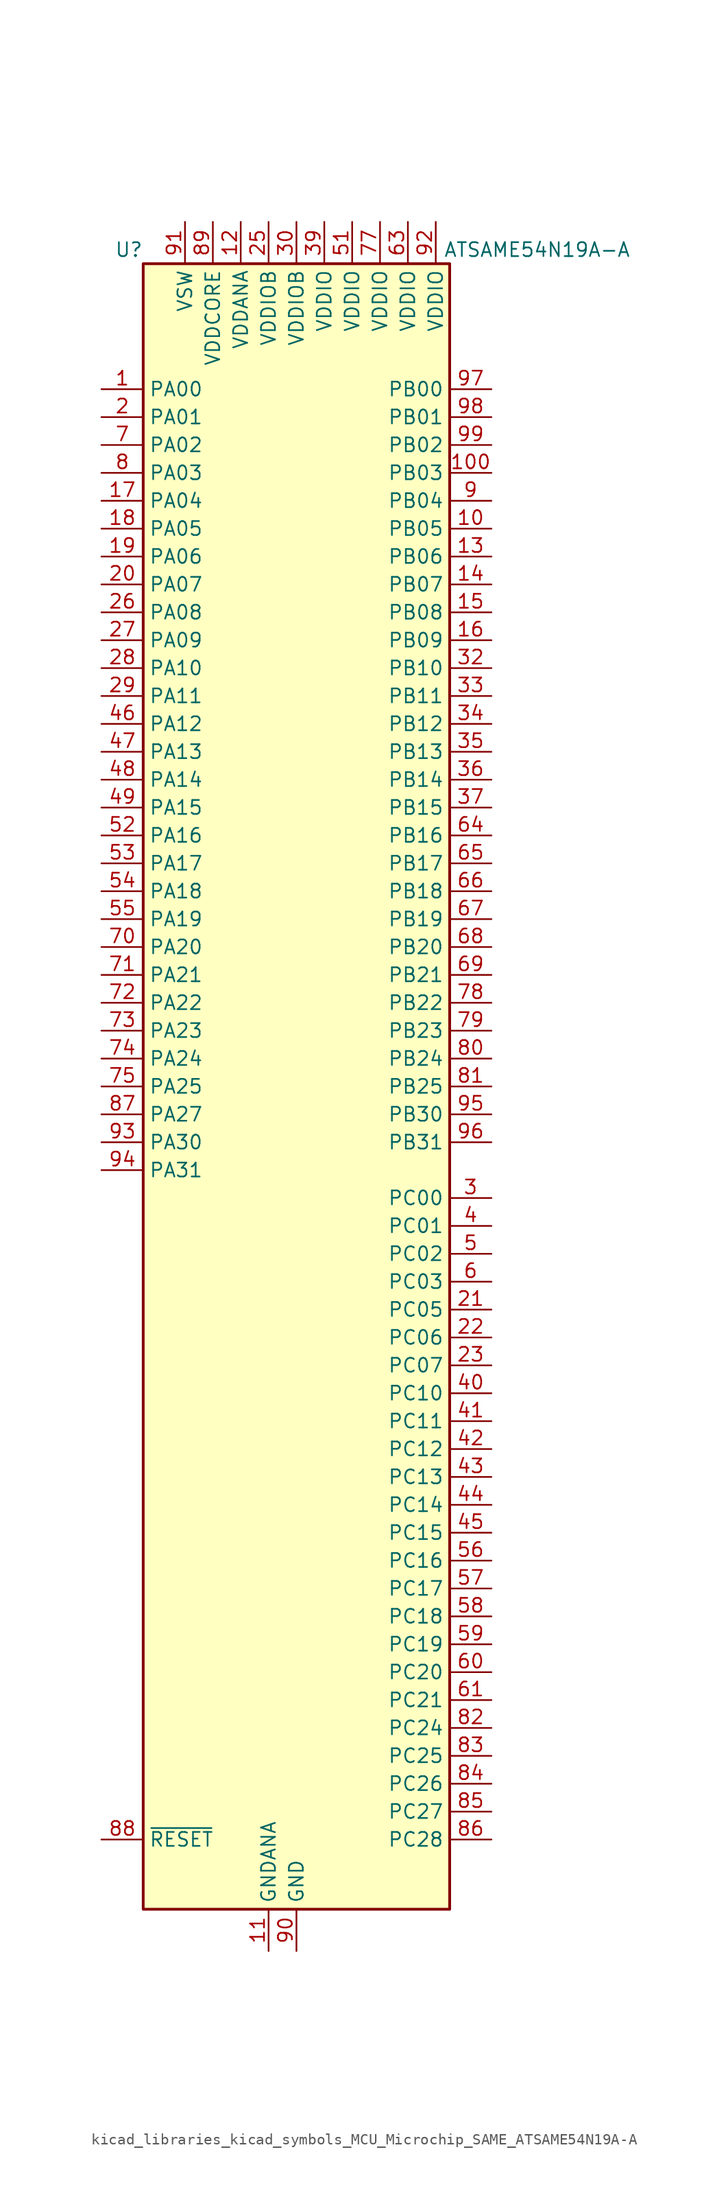
<source format=kicad_sym>
(kicad_symbol_lib
  (version 20220914)
  (generator kicad_symbol_editor)
  (symbol "kicad_libraries_kicad_symbols_MCU_Microchip_SAME_ATSAME54N19A-A"
    (property "Reference" "U"
      (at -13.97 76.2 0)
      (effects (font (size 1.27 1.27)) (justify right)))
    (property "Value" "ATSAME54N19A-A"
      (at 30.48 76.2 0)
      (effects (font (size 1.27 1.27)) (justify right)))
    (symbol "kicad_libraries_kicad_symbols_MCU_Microchip_SAME_ATSAME54N19A-A_1_1"
      (rectangle (start -13.97 74.93) (end 13.97 -74.93) (stroke (width 0.254) (type default)) (fill (type background)))
      (pin bidirectional line (at -17.78 63.5 0) (length 3.81) (name "PA00" (effects (font (size 1.27 1.27)))) (number "1" (effects (font (size 1.27 1.27)))))
      (pin bidirectional line (at 17.78 50.8 180) (length 3.81) (name "PB05" (effects (font (size 1.27 1.27)))) (number "10" (effects (font (size 1.27 1.27)))))
      (pin bidirectional line (at 17.78 55.88 180) (length 3.81) (name "PB03" (effects (font (size 1.27 1.27)))) (number "100" (effects (font (size 1.27 1.27)))))
      (pin power_in line (at -2.54 -78.74 90) (length 3.81) (name "GNDANA" (effects (font (size 1.27 1.27)))) (number "11" (effects (font (size 1.27 1.27)))))
      (pin power_in line (at -5.08 78.74 270) (length 3.81) (name "VDDANA" (effects (font (size 1.27 1.27)))) (number "12" (effects (font (size 1.27 1.27)))))
      (pin bidirectional line (at 17.78 48.26 180) (length 3.81) (name "PB06" (effects (font (size 1.27 1.27)))) (number "13" (effects (font (size 1.27 1.27)))))
      (pin bidirectional line (at 17.78 45.72 180) (length 3.81) (name "PB07" (effects (font (size 1.27 1.27)))) (number "14" (effects (font (size 1.27 1.27)))))
      (pin bidirectional line (at 17.78 43.18 180) (length 3.81) (name "PB08" (effects (font (size 1.27 1.27)))) (number "15" (effects (font (size 1.27 1.27)))))
      (pin bidirectional line (at 17.78 40.64 180) (length 3.81) (name "PB09" (effects (font (size 1.27 1.27)))) (number "16" (effects (font (size 1.27 1.27)))))
      (pin bidirectional line (at -17.78 53.34 0) (length 3.81) (name "PA04" (effects (font (size 1.27 1.27)))) (number "17" (effects (font (size 1.27 1.27)))))
      (pin bidirectional line (at -17.78 50.8 0) (length 3.81) (name "PA05" (effects (font (size 1.27 1.27)))) (number "18" (effects (font (size 1.27 1.27)))))
      (pin bidirectional line (at -17.78 48.26 0) (length 3.81) (name "PA06" (effects (font (size 1.27 1.27)))) (number "19" (effects (font (size 1.27 1.27)))))
      (pin bidirectional line (at -17.78 60.96 0) (length 3.81) (name "PA01" (effects (font (size 1.27 1.27)))) (number "2" (effects (font (size 1.27 1.27)))))
      (pin bidirectional line (at -17.78 45.72 0) (length 3.81) (name "PA07" (effects (font (size 1.27 1.27)))) (number "20" (effects (font (size 1.27 1.27)))))
      (pin bidirectional line (at 17.78 -20.32 180) (length 3.81) (name "PC05" (effects (font (size 1.27 1.27)))) (number "21" (effects (font (size 1.27 1.27)))))
      (pin bidirectional line (at 17.78 -22.86 180) (length 3.81) (name "PC06" (effects (font (size 1.27 1.27)))) (number "22" (effects (font (size 1.27 1.27)))))
      (pin bidirectional line (at 17.78 -25.4 180) (length 3.81) (name "PC07" (effects (font (size 1.27 1.27)))) (number "23" (effects (font (size 1.27 1.27)))))
      (pin passive line (at 0 -78.74 90) (length 3.81) hide (name "GND" (effects (font (size 1.27 1.27)))) (number "24" (effects (font (size 1.27 1.27)))))
      (pin power_in line (at -2.54 78.74 270) (length 3.81) (name "VDDIOB" (effects (font (size 1.27 1.27)))) (number "25" (effects (font (size 1.27 1.27)))))
      (pin bidirectional line (at -17.78 43.18 0) (length 3.81) (name "PA08" (effects (font (size 1.27 1.27)))) (number "26" (effects (font (size 1.27 1.27)))))
      (pin bidirectional line (at -17.78 40.64 0) (length 3.81) (name "PA09" (effects (font (size 1.27 1.27)))) (number "27" (effects (font (size 1.27 1.27)))))
      (pin bidirectional line (at -17.78 38.1 0) (length 3.81) (name "PA10" (effects (font (size 1.27 1.27)))) (number "28" (effects (font (size 1.27 1.27)))))
      (pin bidirectional line (at -17.78 35.56 0) (length 3.81) (name "PA11" (effects (font (size 1.27 1.27)))) (number "29" (effects (font (size 1.27 1.27)))))
      (pin bidirectional line (at 17.78 -10.16 180) (length 3.81) (name "PC00" (effects (font (size 1.27 1.27)))) (number "3" (effects (font (size 1.27 1.27)))))
      (pin power_in line (at 0 78.74 270) (length 3.81) (name "VDDIOB" (effects (font (size 1.27 1.27)))) (number "30" (effects (font (size 1.27 1.27)))))
      (pin passive line (at 0 -78.74 90) (length 3.81) hide (name "GND" (effects (font (size 1.27 1.27)))) (number "31" (effects (font (size 1.27 1.27)))))
      (pin bidirectional line (at 17.78 38.1 180) (length 3.81) (name "PB10" (effects (font (size 1.27 1.27)))) (number "32" (effects (font (size 1.27 1.27)))))
      (pin bidirectional line (at 17.78 35.56 180) (length 3.81) (name "PB11" (effects (font (size 1.27 1.27)))) (number "33" (effects (font (size 1.27 1.27)))))
      (pin bidirectional line (at 17.78 33.02 180) (length 3.81) (name "PB12" (effects (font (size 1.27 1.27)))) (number "34" (effects (font (size 1.27 1.27)))))
      (pin bidirectional line (at 17.78 30.48 180) (length 3.81) (name "PB13" (effects (font (size 1.27 1.27)))) (number "35" (effects (font (size 1.27 1.27)))))
      (pin bidirectional line (at 17.78 27.94 180) (length 3.81) (name "PB14" (effects (font (size 1.27 1.27)))) (number "36" (effects (font (size 1.27 1.27)))))
      (pin bidirectional line (at 17.78 25.4 180) (length 3.81) (name "PB15" (effects (font (size 1.27 1.27)))) (number "37" (effects (font (size 1.27 1.27)))))
      (pin passive line (at 0 -78.74 90) (length 3.81) hide (name "GND" (effects (font (size 1.27 1.27)))) (number "38" (effects (font (size 1.27 1.27)))))
      (pin power_in line (at 2.54 78.74 270) (length 3.81) (name "VDDIO" (effects (font (size 1.27 1.27)))) (number "39" (effects (font (size 1.27 1.27)))))
      (pin bidirectional line (at 17.78 -12.7 180) (length 3.81) (name "PC01" (effects (font (size 1.27 1.27)))) (number "4" (effects (font (size 1.27 1.27)))))
      (pin bidirectional line (at 17.78 -27.94 180) (length 3.81) (name "PC10" (effects (font (size 1.27 1.27)))) (number "40" (effects (font (size 1.27 1.27)))))
      (pin bidirectional line (at 17.78 -30.48 180) (length 3.81) (name "PC11" (effects (font (size 1.27 1.27)))) (number "41" (effects (font (size 1.27 1.27)))))
      (pin bidirectional line (at 17.78 -33.02 180) (length 3.81) (name "PC12" (effects (font (size 1.27 1.27)))) (number "42" (effects (font (size 1.27 1.27)))))
      (pin bidirectional line (at 17.78 -35.56 180) (length 3.81) (name "PC13" (effects (font (size 1.27 1.27)))) (number "43" (effects (font (size 1.27 1.27)))))
      (pin bidirectional line (at 17.78 -38.1 180) (length 3.81) (name "PC14" (effects (font (size 1.27 1.27)))) (number "44" (effects (font (size 1.27 1.27)))))
      (pin bidirectional line (at 17.78 -40.64 180) (length 3.81) (name "PC15" (effects (font (size 1.27 1.27)))) (number "45" (effects (font (size 1.27 1.27)))))
      (pin bidirectional line (at -17.78 33.02 0) (length 3.81) (name "PA12" (effects (font (size 1.27 1.27)))) (number "46" (effects (font (size 1.27 1.27)))))
      (pin bidirectional line (at -17.78 30.48 0) (length 3.81) (name "PA13" (effects (font (size 1.27 1.27)))) (number "47" (effects (font (size 1.27 1.27)))))
      (pin bidirectional line (at -17.78 27.94 0) (length 3.81) (name "PA14" (effects (font (size 1.27 1.27)))) (number "48" (effects (font (size 1.27 1.27)))))
      (pin bidirectional line (at -17.78 25.4 0) (length 3.81) (name "PA15" (effects (font (size 1.27 1.27)))) (number "49" (effects (font (size 1.27 1.27)))))
      (pin bidirectional line (at 17.78 -15.24 180) (length 3.81) (name "PC02" (effects (font (size 1.27 1.27)))) (number "5" (effects (font (size 1.27 1.27)))))
      (pin passive line (at 0 -78.74 90) (length 3.81) hide (name "GND" (effects (font (size 1.27 1.27)))) (number "50" (effects (font (size 1.27 1.27)))))
      (pin power_in line (at 5.08 78.74 270) (length 3.81) (name "VDDIO" (effects (font (size 1.27 1.27)))) (number "51" (effects (font (size 1.27 1.27)))))
      (pin bidirectional line (at -17.78 22.86 0) (length 3.81) (name "PA16" (effects (font (size 1.27 1.27)))) (number "52" (effects (font (size 1.27 1.27)))))
      (pin bidirectional line (at -17.78 20.32 0) (length 3.81) (name "PA17" (effects (font (size 1.27 1.27)))) (number "53" (effects (font (size 1.27 1.27)))))
      (pin bidirectional line (at -17.78 17.78 0) (length 3.81) (name "PA18" (effects (font (size 1.27 1.27)))) (number "54" (effects (font (size 1.27 1.27)))))
      (pin bidirectional line (at -17.78 15.24 0) (length 3.81) (name "PA19" (effects (font (size 1.27 1.27)))) (number "55" (effects (font (size 1.27 1.27)))))
      (pin bidirectional line (at 17.78 -43.18 180) (length 3.81) (name "PC16" (effects (font (size 1.27 1.27)))) (number "56" (effects (font (size 1.27 1.27)))))
      (pin bidirectional line (at 17.78 -45.72 180) (length 3.81) (name "PC17" (effects (font (size 1.27 1.27)))) (number "57" (effects (font (size 1.27 1.27)))))
      (pin bidirectional line (at 17.78 -48.26 180) (length 3.81) (name "PC18" (effects (font (size 1.27 1.27)))) (number "58" (effects (font (size 1.27 1.27)))))
      (pin bidirectional line (at 17.78 -50.8 180) (length 3.81) (name "PC19" (effects (font (size 1.27 1.27)))) (number "59" (effects (font (size 1.27 1.27)))))
      (pin bidirectional line (at 17.78 -17.78 180) (length 3.81) (name "PC03" (effects (font (size 1.27 1.27)))) (number "6" (effects (font (size 1.27 1.27)))))
      (pin bidirectional line (at 17.78 -53.34 180) (length 3.81) (name "PC20" (effects (font (size 1.27 1.27)))) (number "60" (effects (font (size 1.27 1.27)))))
      (pin bidirectional line (at 17.78 -55.88 180) (length 3.81) (name "PC21" (effects (font (size 1.27 1.27)))) (number "61" (effects (font (size 1.27 1.27)))))
      (pin passive line (at 0 -78.74 90) (length 3.81) hide (name "GND" (effects (font (size 1.27 1.27)))) (number "62" (effects (font (size 1.27 1.27)))))
      (pin power_in line (at 10.16 78.74 270) (length 3.81) (name "VDDIO" (effects (font (size 1.27 1.27)))) (number "63" (effects (font (size 1.27 1.27)))))
      (pin bidirectional line (at 17.78 22.86 180) (length 3.81) (name "PB16" (effects (font (size 1.27 1.27)))) (number "64" (effects (font (size 1.27 1.27)))))
      (pin bidirectional line (at 17.78 20.32 180) (length 3.81) (name "PB17" (effects (font (size 1.27 1.27)))) (number "65" (effects (font (size 1.27 1.27)))))
      (pin bidirectional line (at 17.78 17.78 180) (length 3.81) (name "PB18" (effects (font (size 1.27 1.27)))) (number "66" (effects (font (size 1.27 1.27)))))
      (pin bidirectional line (at 17.78 15.24 180) (length 3.81) (name "PB19" (effects (font (size 1.27 1.27)))) (number "67" (effects (font (size 1.27 1.27)))))
      (pin bidirectional line (at 17.78 12.7 180) (length 3.81) (name "PB20" (effects (font (size 1.27 1.27)))) (number "68" (effects (font (size 1.27 1.27)))))
      (pin bidirectional line (at 17.78 10.16 180) (length 3.81) (name "PB21" (effects (font (size 1.27 1.27)))) (number "69" (effects (font (size 1.27 1.27)))))
      (pin bidirectional line (at -17.78 58.42 0) (length 3.81) (name "PA02" (effects (font (size 1.27 1.27)))) (number "7" (effects (font (size 1.27 1.27)))))
      (pin bidirectional line (at -17.78 12.7 0) (length 3.81) (name "PA20" (effects (font (size 1.27 1.27)))) (number "70" (effects (font (size 1.27 1.27)))))
      (pin bidirectional line (at -17.78 10.16 0) (length 3.81) (name "PA21" (effects (font (size 1.27 1.27)))) (number "71" (effects (font (size 1.27 1.27)))))
      (pin bidirectional line (at -17.78 7.62 0) (length 3.81) (name "PA22" (effects (font (size 1.27 1.27)))) (number "72" (effects (font (size 1.27 1.27)))))
      (pin bidirectional line (at -17.78 5.08 0) (length 3.81) (name "PA23" (effects (font (size 1.27 1.27)))) (number "73" (effects (font (size 1.27 1.27)))))
      (pin bidirectional line (at -17.78 2.54 0) (length 3.81) (name "PA24" (effects (font (size 1.27 1.27)))) (number "74" (effects (font (size 1.27 1.27)))))
      (pin bidirectional line (at -17.78 0 0) (length 3.81) (name "PA25" (effects (font (size 1.27 1.27)))) (number "75" (effects (font (size 1.27 1.27)))))
      (pin passive line (at 0 -78.74 90) (length 3.81) hide (name "GND" (effects (font (size 1.27 1.27)))) (number "76" (effects (font (size 1.27 1.27)))))
      (pin power_in line (at 7.62 78.74 270) (length 3.81) (name "VDDIO" (effects (font (size 1.27 1.27)))) (number "77" (effects (font (size 1.27 1.27)))))
      (pin bidirectional line (at 17.78 7.62 180) (length 3.81) (name "PB22" (effects (font (size 1.27 1.27)))) (number "78" (effects (font (size 1.27 1.27)))))
      (pin bidirectional line (at 17.78 5.08 180) (length 3.81) (name "PB23" (effects (font (size 1.27 1.27)))) (number "79" (effects (font (size 1.27 1.27)))))
      (pin bidirectional line (at -17.78 55.88 0) (length 3.81) (name "PA03" (effects (font (size 1.27 1.27)))) (number "8" (effects (font (size 1.27 1.27)))))
      (pin bidirectional line (at 17.78 2.54 180) (length 3.81) (name "PB24" (effects (font (size 1.27 1.27)))) (number "80" (effects (font (size 1.27 1.27)))))
      (pin bidirectional line (at 17.78 0 180) (length 3.81) (name "PB25" (effects (font (size 1.27 1.27)))) (number "81" (effects (font (size 1.27 1.27)))))
      (pin bidirectional line (at 17.78 -58.42 180) (length 3.81) (name "PC24" (effects (font (size 1.27 1.27)))) (number "82" (effects (font (size 1.27 1.27)))))
      (pin bidirectional line (at 17.78 -60.96 180) (length 3.81) (name "PC25" (effects (font (size 1.27 1.27)))) (number "83" (effects (font (size 1.27 1.27)))))
      (pin bidirectional line (at 17.78 -63.5 180) (length 3.81) (name "PC26" (effects (font (size 1.27 1.27)))) (number "84" (effects (font (size 1.27 1.27)))))
      (pin bidirectional line (at 17.78 -66.04 180) (length 3.81) (name "PC27" (effects (font (size 1.27 1.27)))) (number "85" (effects (font (size 1.27 1.27)))))
      (pin bidirectional line (at 17.78 -68.58 180) (length 3.81) (name "PC28" (effects (font (size 1.27 1.27)))) (number "86" (effects (font (size 1.27 1.27)))))
      (pin bidirectional line (at -17.78 -2.54 0) (length 3.81) (name "PA27" (effects (font (size 1.27 1.27)))) (number "87" (effects (font (size 1.27 1.27)))))
      (pin input line (at -17.78 -68.58 0) (length 3.81) (name "~{RESET}" (effects (font (size 1.27 1.27)))) (number "88" (effects (font (size 1.27 1.27)))))
      (pin power_out line (at -7.62 78.74 270) (length 3.81) (name "VDDCORE" (effects (font (size 1.27 1.27)))) (number "89" (effects (font (size 1.27 1.27)))))
      (pin bidirectional line (at 17.78 53.34 180) (length 3.81) (name "PB04" (effects (font (size 1.27 1.27)))) (number "9" (effects (font (size 1.27 1.27)))))
      (pin power_in line (at 0 -78.74 90) (length 3.81) (name "GND" (effects (font (size 1.27 1.27)))) (number "90" (effects (font (size 1.27 1.27)))))
      (pin power_in line (at -10.16 78.74 270) (length 3.81) (name "VSW" (effects (font (size 1.27 1.27)))) (number "91" (effects (font (size 1.27 1.27)))))
      (pin power_in line (at 12.7 78.74 270) (length 3.81) (name "VDDIO" (effects (font (size 1.27 1.27)))) (number "92" (effects (font (size 1.27 1.27)))))
      (pin bidirectional line (at -17.78 -5.08 0) (length 3.81) (name "PA30" (effects (font (size 1.27 1.27)))) (number "93" (effects (font (size 1.27 1.27)))))
      (pin bidirectional line (at -17.78 -7.62 0) (length 3.81) (name "PA31" (effects (font (size 1.27 1.27)))) (number "94" (effects (font (size 1.27 1.27)))))
      (pin bidirectional line (at 17.78 -2.54 180) (length 3.81) (name "PB30" (effects (font (size 1.27 1.27)))) (number "95" (effects (font (size 1.27 1.27)))))
      (pin bidirectional line (at 17.78 -5.08 180) (length 3.81) (name "PB31" (effects (font (size 1.27 1.27)))) (number "96" (effects (font (size 1.27 1.27)))))
      (pin bidirectional line (at 17.78 63.5 180) (length 3.81) (name "PB00" (effects (font (size 1.27 1.27)))) (number "97" (effects (font (size 1.27 1.27)))))
      (pin bidirectional line (at 17.78 60.96 180) (length 3.81) (name "PB01" (effects (font (size 1.27 1.27)))) (number "98" (effects (font (size 1.27 1.27)))))
      (pin bidirectional line (at 17.78 58.42 180) (length 3.81) (name "PB02" (effects (font (size 1.27 1.27)))) (number "99" (effects (font (size 1.27 1.27))))))))
</source>
